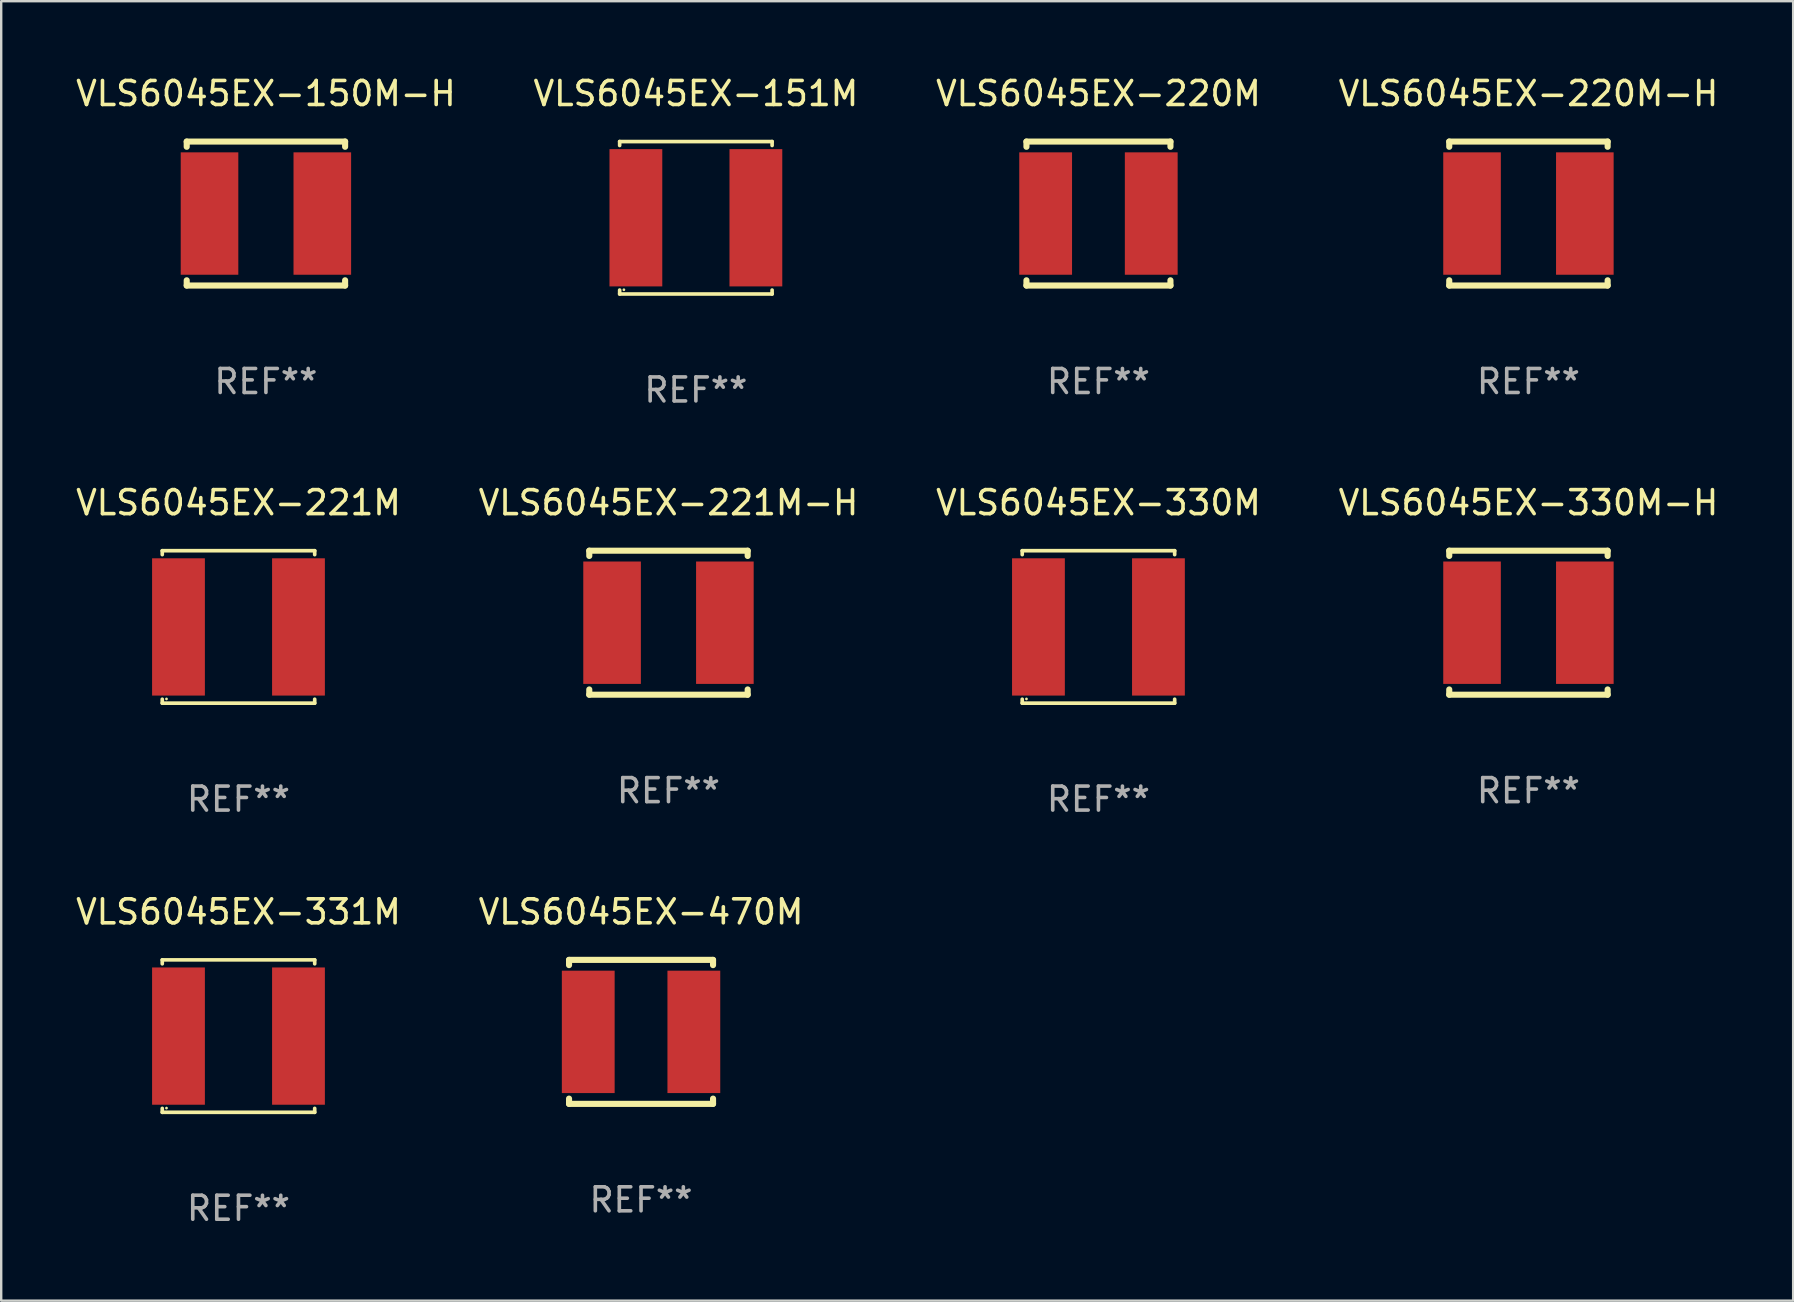
<source format=kicad_pcb>
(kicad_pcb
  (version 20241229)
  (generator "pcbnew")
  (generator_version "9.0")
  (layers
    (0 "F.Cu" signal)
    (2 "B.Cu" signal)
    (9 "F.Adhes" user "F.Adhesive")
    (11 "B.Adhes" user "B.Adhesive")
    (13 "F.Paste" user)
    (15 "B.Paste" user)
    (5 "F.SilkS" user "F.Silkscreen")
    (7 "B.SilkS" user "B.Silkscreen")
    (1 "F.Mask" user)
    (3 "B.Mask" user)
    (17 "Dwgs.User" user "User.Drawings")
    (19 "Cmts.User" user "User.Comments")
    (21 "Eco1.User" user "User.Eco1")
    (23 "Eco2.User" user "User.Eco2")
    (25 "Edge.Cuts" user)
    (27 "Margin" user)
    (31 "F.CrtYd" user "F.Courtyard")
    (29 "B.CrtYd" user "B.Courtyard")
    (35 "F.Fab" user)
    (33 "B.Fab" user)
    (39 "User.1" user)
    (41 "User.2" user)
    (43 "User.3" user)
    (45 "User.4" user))
  (footprint "VLS6045EX-330M-H"
    (layer "F.Cu")
    (at 60.637 22.897)
    (property "Reference" "VLS6045EX-330M-H" (at 0 -5 0) (layer "F.SilkS") (effects (font (size 1 1) (thickness 0.15))))
    (attr through_hole)
    (fp_line (start -3.3 -3) (end 3.3 -3) (stroke (width 0.254) (type solid)) (layer "F.SilkS"))
    (fp_line (start -3.3 -2.781) (end -3.3 -3) (stroke (width 0.254) (type solid)) (layer "F.SilkS"))
    (fp_line (start -3.3 3) (end -3.3 2.781) (stroke (width 0.254) (type solid)) (layer "F.SilkS"))
    (fp_line (start 3.3 -3) (end 3.3 -2.781) (stroke (width 0.254) (type solid)) (layer "F.SilkS"))
    (fp_line (start 3.3 2.781) (end 3.3 3) (stroke (width 0.254) (type solid)) (layer "F.SilkS"))
    (fp_line (start 3.3 3) (end -3.3 3) (stroke (width 0.254) (type solid)) (layer "F.SilkS"))
    (fp_circle (center -3.15 3) (end -3.12 3) (stroke (width 0.06) (type solid)) (fill no) (layer "F.SilkS"))
    (fp_text user "REF**" (at 0 7 0) (layer "F.Fab") (effects (font (size 1 1) (thickness 0.15))))
    (pad "1" smd rect (at -2.35 0) (size 2.4 5.1) (layers "F.Cu" "F.Mask" "F.Paste"))
    (pad "2" smd rect (at 2.35 0) (size 2.4 5.1) (layers "F.Cu" "F.Mask" "F.Paste")))
  (footprint "VLS6045EX-220M-H"
    (layer "F.Cu")
    (at 60.637 5.848)
    (property "Reference" "VLS6045EX-220M-H" (at 0 -5 0) (layer "F.SilkS") (effects (font (size 1 1) (thickness 0.15))))
    (attr through_hole)
    (fp_line (start -3.3 -3) (end 3.3 -3) (stroke (width 0.254) (type solid)) (layer "F.SilkS"))
    (fp_line (start -3.3 -2.781) (end -3.3 -3) (stroke (width 0.254) (type solid)) (layer "F.SilkS"))
    (fp_line (start -3.3 3) (end -3.3 2.781) (stroke (width 0.254) (type solid)) (layer "F.SilkS"))
    (fp_line (start 3.3 -3) (end 3.3 -2.781) (stroke (width 0.254) (type solid)) (layer "F.SilkS"))
    (fp_line (start 3.3 2.781) (end 3.3 3) (stroke (width 0.254) (type solid)) (layer "F.SilkS"))
    (fp_line (start 3.3 3) (end -3.3 3) (stroke (width 0.254) (type solid)) (layer "F.SilkS"))
    (fp_circle (center -3.15 3) (end -3.12 3) (stroke (width 0.06) (type solid)) (fill no) (layer "F.SilkS"))
    (fp_text user "REF**" (at 0 7 0) (layer "F.Fab") (effects (font (size 1 1) (thickness 0.15))))
    (pad "1" smd rect (at -2.35 0) (size 2.4 5.1) (layers "F.Cu" "F.Mask" "F.Paste"))
    (pad "2" smd rect (at 2.35 0) (size 2.4 5.1) (layers "F.Cu" "F.Mask" "F.Paste")))
  (footprint "VLS6045EX-470M"
    (layer "F.Cu")
    (at 23.661 39.946)
    (property "Reference" "VLS6045EX-470M" (at 0 -5 0) (layer "F.SilkS") (effects (font (size 1 1) (thickness 0.15))))
    (attr through_hole)
    (fp_line (start -3 -3) (end -3 -2.781) (stroke (width 0.254) (type solid)) (layer "F.SilkS"))
    (fp_line (start -3 3) (end -3 2.781) (stroke (width 0.254) (type solid)) (layer "F.SilkS"))
    (fp_line (start 3 -3) (end -3 -3) (stroke (width 0.254) (type solid)) (layer "F.SilkS"))
    (fp_line (start 3 -3) (end 3 -2.781) (stroke (width 0.254) (type solid)) (layer "F.SilkS"))
    (fp_line (start 3 2.781) (end 3 3) (stroke (width 0.254) (type solid)) (layer "F.SilkS"))
    (fp_line (start 3 3) (end -3 3) (stroke (width 0.254) (type solid)) (layer "F.SilkS"))
    (fp_circle (center -3 3) (end -2.97 3) (stroke (width 0.06) (type solid)) (fill no) (layer "F.SilkS"))
    (fp_text user "REF**" (at 0 7 0) (layer "F.Fab") (effects (font (size 1 1) (thickness 0.15))))
    (pad "1" smd rect (at -2.2 0 90) (size 5.1 2.2) (layers "F.Cu" "F.Mask" "F.Paste"))
    (pad "2" smd rect (at 2.2 0 90) (size 5.1 2.2) (layers "F.Cu" "F.Mask" "F.Paste")))
  (footprint "VLS6045EX-151M"
    (layer "F.Cu")
    (at 25.946 6.024)
    (property "Reference" "VLS6045EX-151M" (at 0 -5.176 0) (layer "F.SilkS") (effects (font (size 1 1) (thickness 0.15))))
    (attr through_hole)
    (fp_line (start -3.176 -3.176) (end 3.176 -3.176) (stroke (width 0.152) (type solid)) (layer "F.SilkS"))
    (fp_line (start -3.176 -3.012) (end -3.176 -3.176) (stroke (width 0.152) (type solid)) (layer "F.SilkS"))
    (fp_line (start -3.176 3.012) (end -3.176 3.176) (stroke (width 0.152) (type solid)) (layer "F.SilkS"))
    (fp_line (start -3.176 3.176) (end 3.176 3.176) (stroke (width 0.152) (type solid)) (layer "F.SilkS"))
    (fp_line (start 3.176 -3.176) (end 3.176 -3.012) (stroke (width 0.152) (type solid)) (layer "F.SilkS"))
    (fp_line (start 3.176 3.176) (end 3.176 3.012) (stroke (width 0.152) (type solid)) (layer "F.SilkS"))
    (fp_circle (center -3 3) (end -2.97 3) (stroke (width 0.06) (type solid)) (fill no) (layer "F.SilkS"))
    (fp_text user "REF**" (at 0 7.176 0) (layer "F.Fab") (effects (font (size 1 1) (thickness 0.15))))
    (pad "1" smd rect (at -2.5 0) (size 2.2 5.72) (layers "F.Cu" "F.Mask" "F.Paste"))
    (pad "2" smd rect (at 2.5 0) (size 2.2 5.72) (layers "F.Cu" "F.Mask" "F.Paste")))
  (footprint "VLS6045EX-331M"
    (layer "F.Cu")
    (at 6.887 40.122)
    (property "Reference" "VLS6045EX-331M" (at 0 -5.176 0) (layer "F.SilkS") (effects (font (size 1 1) (thickness 0.15))))
    (attr through_hole)
    (fp_line (start -3.176 -3.176) (end 3.176 -3.176) (stroke (width 0.152) (type solid)) (layer "F.SilkS"))
    (fp_line (start -3.176 -3.012) (end -3.176 -3.176) (stroke (width 0.152) (type solid)) (layer "F.SilkS"))
    (fp_line (start -3.176 3.012) (end -3.176 3.176) (stroke (width 0.152) (type solid)) (layer "F.SilkS"))
    (fp_line (start -3.176 3.176) (end 3.176 3.176) (stroke (width 0.152) (type solid)) (layer "F.SilkS"))
    (fp_line (start 3.176 -3.176) (end 3.176 -3.012) (stroke (width 0.152) (type solid)) (layer "F.SilkS"))
    (fp_line (start 3.176 3.176) (end 3.176 3.012) (stroke (width 0.152) (type solid)) (layer "F.SilkS"))
    (fp_circle (center -3 3) (end -2.97 3) (stroke (width 0.06) (type solid)) (fill no) (layer "F.SilkS"))
    (fp_text user "REF**" (at 0 7.176 0) (layer "F.Fab") (effects (font (size 1 1) (thickness 0.15))))
    (pad "1" smd rect (at -2.5 0) (size 2.2 5.72) (layers "F.Cu" "F.Mask" "F.Paste"))
    (pad "2" smd rect (at 2.5 0) (size 2.2 5.72) (layers "F.Cu" "F.Mask" "F.Paste")))
  (footprint "VLS6045EX-221M-H"
    (layer "F.Cu")
    (at 24.804 22.897)
    (property "Reference" "VLS6045EX-221M-H" (at 0 -5 0) (layer "F.SilkS") (effects (font (size 1 1) (thickness 0.15))))
    (attr through_hole)
    (fp_line (start -3.3 -3) (end 3.3 -3) (stroke (width 0.254) (type solid)) (layer "F.SilkS"))
    (fp_line (start -3.3 -2.781) (end -3.3 -3) (stroke (width 0.254) (type solid)) (layer "F.SilkS"))
    (fp_line (start -3.3 3) (end -3.3 2.781) (stroke (width 0.254) (type solid)) (layer "F.SilkS"))
    (fp_line (start 3.3 -3) (end 3.3 -2.781) (stroke (width 0.254) (type solid)) (layer "F.SilkS"))
    (fp_line (start 3.3 2.781) (end 3.3 3) (stroke (width 0.254) (type solid)) (layer "F.SilkS"))
    (fp_line (start 3.3 3) (end -3.3 3) (stroke (width 0.254) (type solid)) (layer "F.SilkS"))
    (fp_circle (center -3.15 3) (end -3.12 3) (stroke (width 0.06) (type solid)) (fill no) (layer "F.SilkS"))
    (fp_text user "REF**" (at 0 7 0) (layer "F.Fab") (effects (font (size 1 1) (thickness 0.15))))
    (pad "1" smd rect (at -2.35 0) (size 2.4 5.1) (layers "F.Cu" "F.Mask" "F.Paste"))
    (pad "2" smd rect (at 2.35 0) (size 2.4 5.1) (layers "F.Cu" "F.Mask" "F.Paste")))
  (footprint "VLS6045EX-150M-H"
    (layer "F.Cu")
    (at 8.03 5.848)
    (property "Reference" "VLS6045EX-150M-H" (at 0 -5 0) (layer "F.SilkS") (effects (font (size 1 1) (thickness 0.15))))
    (attr through_hole)
    (fp_line (start -3.3 -3) (end 3.3 -3) (stroke (width 0.254) (type solid)) (layer "F.SilkS"))
    (fp_line (start -3.3 -2.781) (end -3.3 -3) (stroke (width 0.254) (type solid)) (layer "F.SilkS"))
    (fp_line (start -3.3 3) (end -3.3 2.781) (stroke (width 0.254) (type solid)) (layer "F.SilkS"))
    (fp_line (start 3.3 -3) (end 3.3 -2.781) (stroke (width 0.254) (type solid)) (layer "F.SilkS"))
    (fp_line (start 3.3 2.781) (end 3.3 3) (stroke (width 0.254) (type solid)) (layer "F.SilkS"))
    (fp_line (start 3.3 3) (end -3.3 3) (stroke (width 0.254) (type solid)) (layer "F.SilkS"))
    (fp_circle (center -3.15 3) (end -3.12 3) (stroke (width 0.06) (type solid)) (fill no) (layer "F.SilkS"))
    (fp_text user "REF**" (at 0 7 0) (layer "F.Fab") (effects (font (size 1 1) (thickness 0.15))))
    (pad "1" smd rect (at -2.35 0) (size 2.4 5.1) (layers "F.Cu" "F.Mask" "F.Paste"))
    (pad "2" smd rect (at 2.35 0) (size 2.4 5.1) (layers "F.Cu" "F.Mask" "F.Paste")))
  (footprint "VLS6045EX-220M"
    (layer "F.Cu")
    (at 42.72 5.848)
    (property "Reference" "VLS6045EX-220M" (at 0 -5 0) (layer "F.SilkS") (effects (font (size 1 1) (thickness 0.15))))
    (attr through_hole)
    (fp_line (start -3 -3) (end -3 -2.781) (stroke (width 0.254) (type solid)) (layer "F.SilkS"))
    (fp_line (start -3 3) (end -3 2.781) (stroke (width 0.254) (type solid)) (layer "F.SilkS"))
    (fp_line (start 3 -3) (end -3 -3) (stroke (width 0.254) (type solid)) (layer "F.SilkS"))
    (fp_line (start 3 -3) (end 3 -2.781) (stroke (width 0.254) (type solid)) (layer "F.SilkS"))
    (fp_line (start 3 2.781) (end 3 3) (stroke (width 0.254) (type solid)) (layer "F.SilkS"))
    (fp_line (start 3 3) (end -3 3) (stroke (width 0.254) (type solid)) (layer "F.SilkS"))
    (fp_circle (center -3 3) (end -2.97 3) (stroke (width 0.06) (type solid)) (fill no) (layer "F.SilkS"))
    (fp_text user "REF**" (at 0 7 0) (layer "F.Fab") (effects (font (size 1 1) (thickness 0.15))))
    (pad "1" smd rect (at -2.2 0 90) (size 5.1 2.2) (layers "F.Cu" "F.Mask" "F.Paste"))
    (pad "2" smd rect (at 2.2 0 90) (size 5.1 2.2) (layers "F.Cu" "F.Mask" "F.Paste")))
  (footprint "VLS6045EX-221M"
    (layer "F.Cu")
    (at 6.887 23.073)
    (property "Reference" "VLS6045EX-221M" (at 0 -5.176 0) (layer "F.SilkS") (effects (font (size 1 1) (thickness 0.15))))
    (attr through_hole)
    (fp_line (start -3.176 -3.176) (end 3.176 -3.176) (stroke (width 0.152) (type solid)) (layer "F.SilkS"))
    (fp_line (start -3.176 -3.012) (end -3.176 -3.176) (stroke (width 0.152) (type solid)) (layer "F.SilkS"))
    (fp_line (start -3.176 3.012) (end -3.176 3.176) (stroke (width 0.152) (type solid)) (layer "F.SilkS"))
    (fp_line (start -3.176 3.176) (end 3.176 3.176) (stroke (width 0.152) (type solid)) (layer "F.SilkS"))
    (fp_line (start 3.176 -3.176) (end 3.176 -3.012) (stroke (width 0.152) (type solid)) (layer "F.SilkS"))
    (fp_line (start 3.176 3.176) (end 3.176 3.012) (stroke (width 0.152) (type solid)) (layer "F.SilkS"))
    (fp_circle (center -3 3) (end -2.97 3) (stroke (width 0.06) (type solid)) (fill no) (layer "F.SilkS"))
    (fp_text user "REF**" (at 0 7.176 0) (layer "F.Fab") (effects (font (size 1 1) (thickness 0.15))))
    (pad "1" smd rect (at -2.5 0) (size 2.2 5.72) (layers "F.Cu" "F.Mask" "F.Paste"))
    (pad "2" smd rect (at 2.5 0) (size 2.2 5.72) (layers "F.Cu" "F.Mask" "F.Paste")))
  (footprint "VLS6045EX-330M"
    (layer "F.Cu")
    (at 42.72 23.073)
    (property "Reference" "VLS6045EX-330M" (at 0 -5.176 0) (layer "F.SilkS") (effects (font (size 1 1) (thickness 0.15))))
    (attr through_hole)
    (fp_line (start -3.176 -3.176) (end 3.176 -3.176) (stroke (width 0.152) (type solid)) (layer "F.SilkS"))
    (fp_line (start -3.176 -3.012) (end -3.176 -3.176) (stroke (width 0.152) (type solid)) (layer "F.SilkS"))
    (fp_line (start -3.176 3.012) (end -3.176 3.176) (stroke (width 0.152) (type solid)) (layer "F.SilkS"))
    (fp_line (start -3.176 3.176) (end 3.176 3.176) (stroke (width 0.152) (type solid)) (layer "F.SilkS"))
    (fp_line (start 3.176 -3.176) (end 3.176 -3.012) (stroke (width 0.152) (type solid)) (layer "F.SilkS"))
    (fp_line (start 3.176 3.176) (end 3.176 3.012) (stroke (width 0.152) (type solid)) (layer "F.SilkS"))
    (fp_circle (center -3 3) (end -2.97 3) (stroke (width 0.06) (type solid)) (fill no) (layer "F.SilkS"))
    (fp_text user "REF**" (at 0 7.176 0) (layer "F.Fab") (effects (font (size 1 1) (thickness 0.15))))
    (pad "1" smd rect (at -2.5 0) (size 2.2 5.72) (layers "F.Cu" "F.Mask" "F.Paste"))
    (pad "2" smd rect (at 2.5 0) (size 2.2 5.72) (layers "F.Cu" "F.Mask" "F.Paste")))
  (gr_rect
    (start -3 -3)
    (end 71.667 51.147)
    (stroke (width 0.1) (type default))
    (fill no)
    (layer "Edge.Cuts")))
</source>
